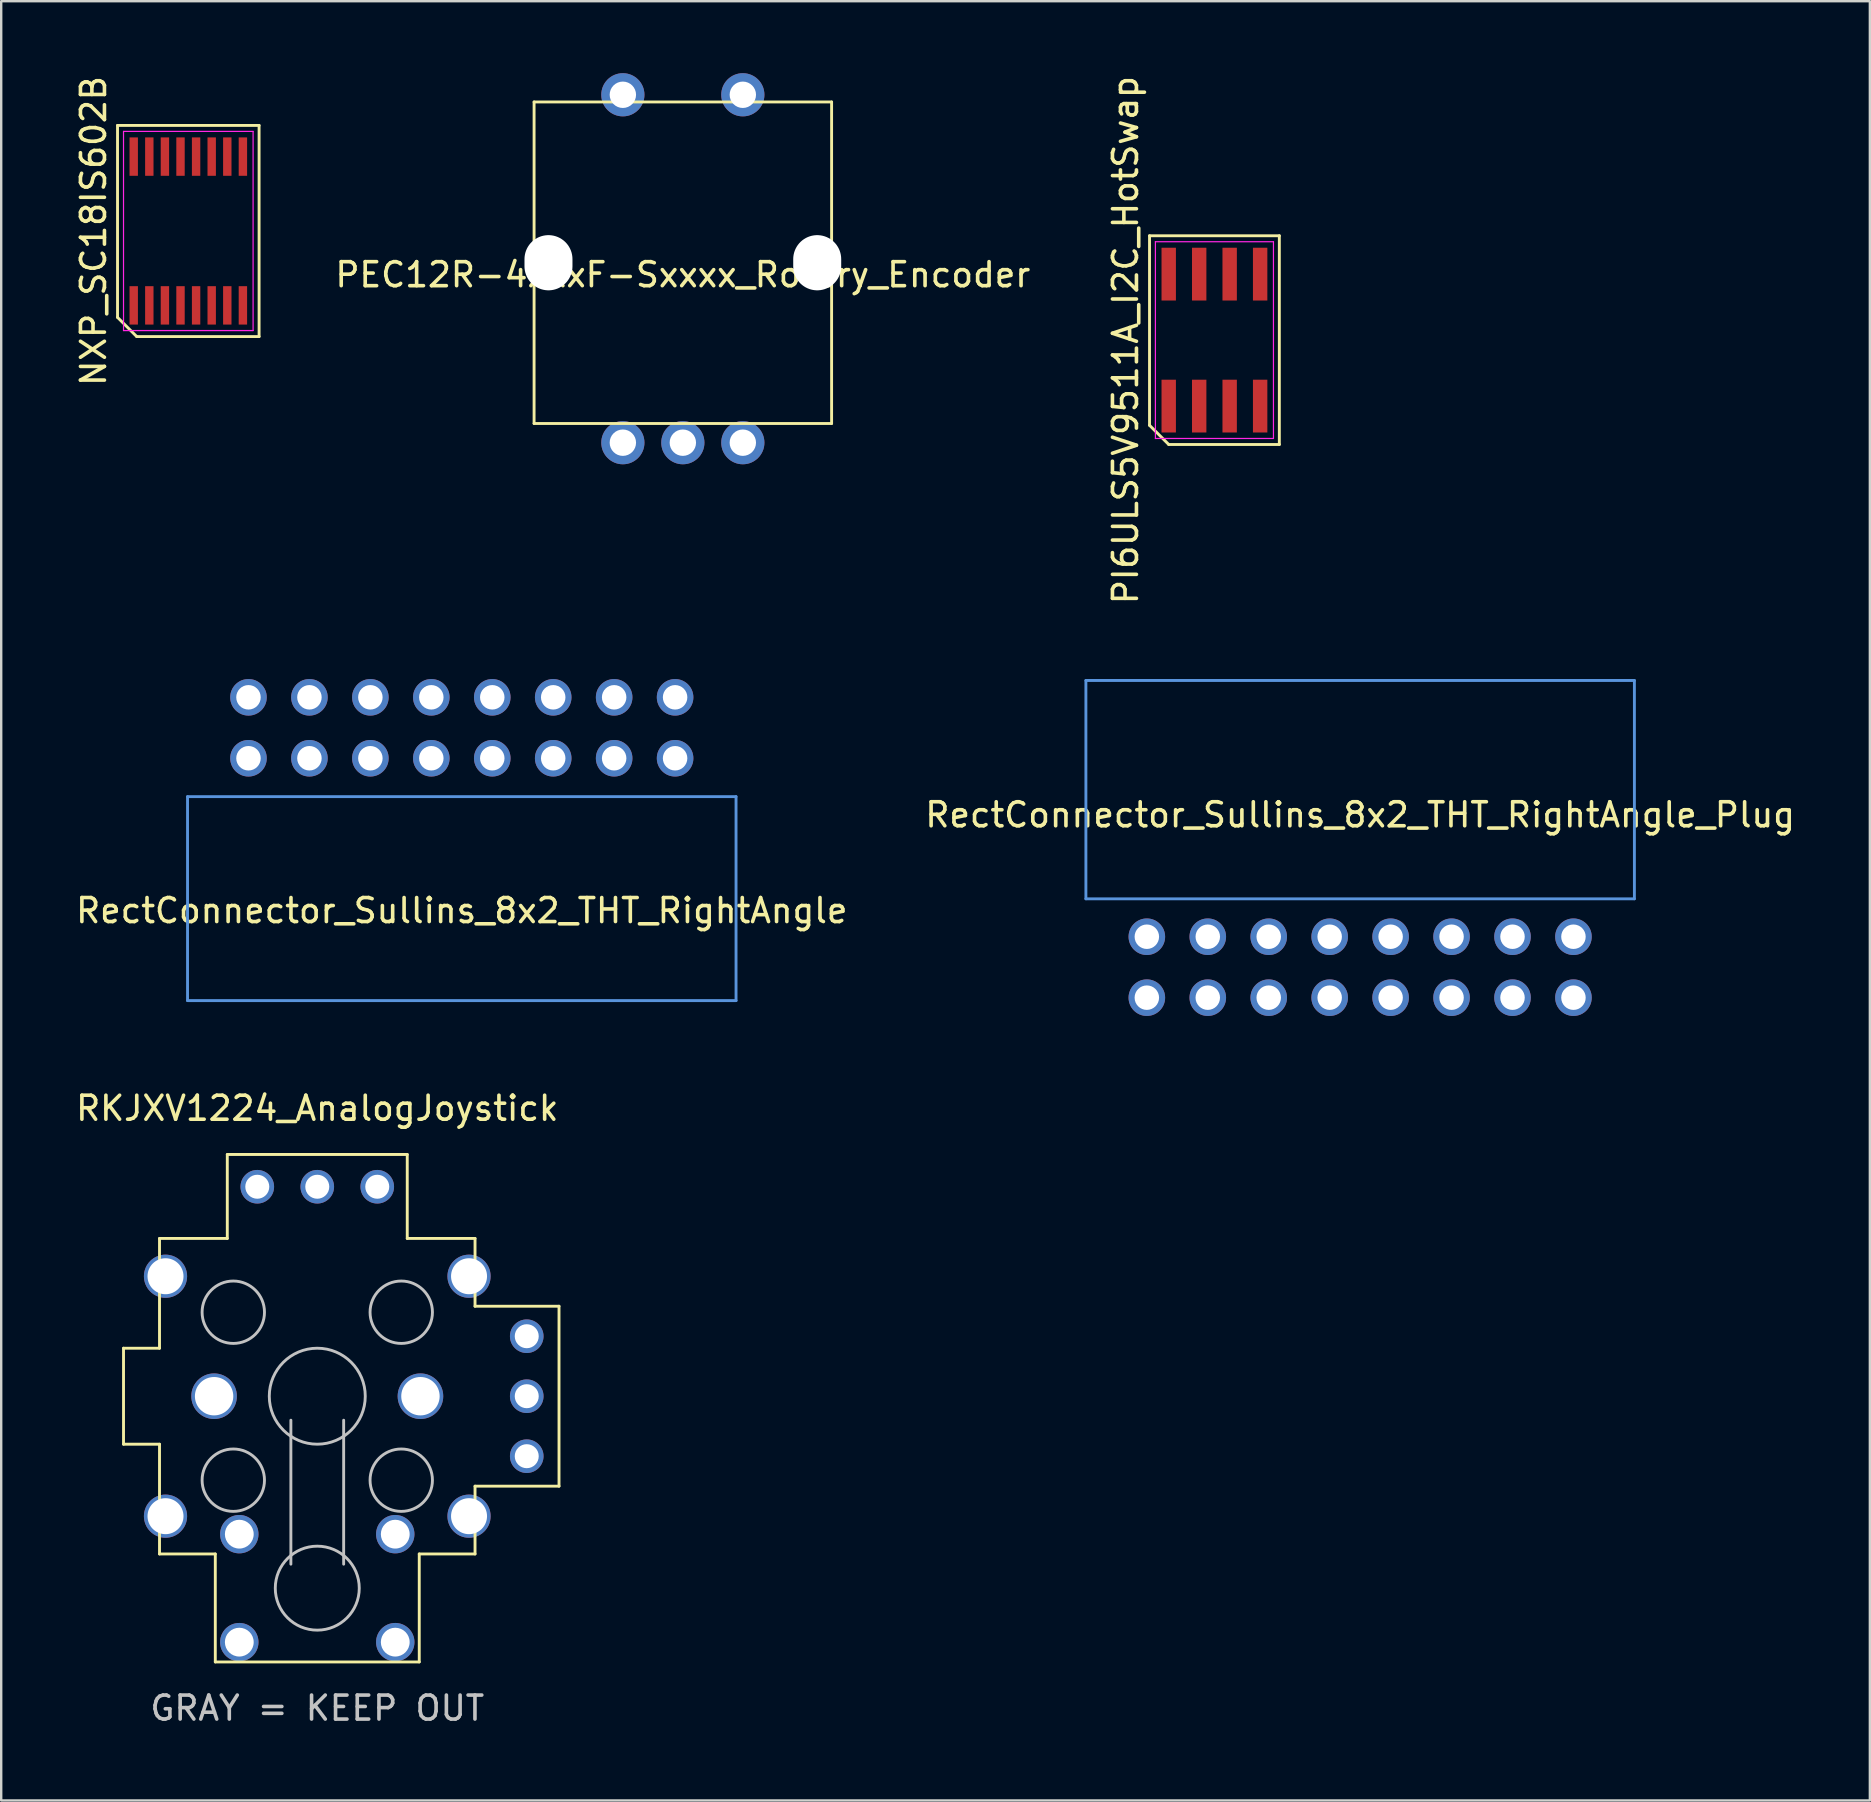
<source format=kicad_pcb>
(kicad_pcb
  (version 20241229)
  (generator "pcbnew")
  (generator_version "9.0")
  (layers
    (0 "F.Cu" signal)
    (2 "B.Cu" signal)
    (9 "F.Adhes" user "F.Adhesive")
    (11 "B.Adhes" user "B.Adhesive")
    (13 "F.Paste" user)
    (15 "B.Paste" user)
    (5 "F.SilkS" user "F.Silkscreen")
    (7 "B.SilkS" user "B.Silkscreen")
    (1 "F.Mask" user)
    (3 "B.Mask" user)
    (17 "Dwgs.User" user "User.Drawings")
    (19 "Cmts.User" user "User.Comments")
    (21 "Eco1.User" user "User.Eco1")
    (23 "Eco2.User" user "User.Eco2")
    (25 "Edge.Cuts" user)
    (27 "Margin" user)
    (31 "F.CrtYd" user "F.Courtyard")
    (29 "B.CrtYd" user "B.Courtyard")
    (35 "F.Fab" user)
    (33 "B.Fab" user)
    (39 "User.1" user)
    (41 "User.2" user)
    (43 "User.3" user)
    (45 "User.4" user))
  (footprint "NXP_SC18IS602B"
    (layer "F.Cu")
    (at 4.798 6.577)
    (property "Reference" "NXP_SC18IS602B" (at -3.95 0 90) (layer "F.SilkS") (effects (font (size 1 1) (thickness 0.15))))
    (attr smd)
    (fp_line (start -2.95 -4.4) (end 2.95 -4.4) (stroke (width 0.12) (type solid)) (layer "F.SilkS"))
    (fp_line (start -2.95 3.6) (end -2.95 -4.4) (stroke (width 0.12) (type solid)) (layer "F.SilkS"))
    (fp_line (start -2.15 4.4) (end -2.95 3.6) (stroke (width 0.12) (type solid)) (layer "F.SilkS"))
    (fp_line (start 2.95 -4.4) (end 2.95 4.4) (stroke (width 0.12) (type solid)) (layer "F.SilkS"))
    (fp_line (start 2.95 4.4) (end -2.15 4.4) (stroke (width 0.12) (type solid)) (layer "F.SilkS"))
    (fp_line (start -2.7 -4.15) (end 2.7 -4.15) (stroke (width 0.05) (type solid)) (layer "F.CrtYd"))
    (fp_line (start -2.7 4.15) (end -2.7 -4.15) (stroke (width 0.05) (type solid)) (layer "F.CrtYd"))
    (fp_line (start 2.7 -4.15) (end 2.7 4.15) (stroke (width 0.05) (type solid)) (layer "F.CrtYd"))
    (fp_line (start 2.7 4.15) (end -2.7 4.15) (stroke (width 0.05) (type solid)) (layer "F.CrtYd"))
    (pad "1" smd rect (at -2.275 3.1) (size 0.35 1.6) (layers "F.Cu" "F.Mask" "F.Paste"))
    (pad "2" smd rect (at -1.625 3.1) (size 0.35 1.6) (layers "F.Cu" "F.Mask" "F.Paste"))
    (pad "3" smd rect (at -0.975 3.1) (size 0.35 1.6) (layers "F.Cu" "F.Mask" "F.Paste"))
    (pad "4" smd rect (at -0.325 3.1) (size 0.35 1.6) (layers "F.Cu" "F.Mask" "F.Paste"))
    (pad "5" smd rect (at 0.325 3.1) (size 0.35 1.6) (layers "F.Cu" "F.Mask" "F.Paste"))
    (pad "6" smd rect (at 0.975 3.1) (size 0.35 1.6) (layers "F.Cu" "F.Mask" "F.Paste"))
    (pad "7" smd rect (at 1.625 3.1) (size 0.35 1.6) (layers "F.Cu" "F.Mask" "F.Paste"))
    (pad "8" smd rect (at 2.275 3.1) (size 0.35 1.6) (layers "F.Cu" "F.Mask" "F.Paste"))
    (pad "9" smd rect (at 2.275 -3.1) (size 0.35 1.6) (layers "F.Cu" "F.Mask" "F.Paste"))
    (pad "10" smd rect (at 1.625 -3.1) (size 0.35 1.6) (layers "F.Cu" "F.Mask" "F.Paste"))
    (pad "11" smd rect (at 0.975 -3.1) (size 0.35 1.6) (layers "F.Cu" "F.Mask" "F.Paste"))
    (pad "12" smd rect (at 0.325 -3.1) (size 0.35 1.6) (layers "F.Cu" "F.Mask" "F.Paste"))
    (pad "13" smd rect (at -0.325 -3.1) (size 0.35 1.6) (layers "F.Cu" "F.Mask" "F.Paste"))
    (pad "14" smd rect (at -0.975 -3.1) (size 0.35 1.6) (layers "F.Cu" "F.Mask" "F.Paste"))
    (pad "15" smd rect (at -1.625 -3.1) (size 0.35 1.6) (layers "F.Cu" "F.Mask" "F.Paste"))
    (pad "16" smd rect (at -2.275 -3.1) (size 0.35 1.6) (layers "F.Cu" "F.Mask" "F.Paste")))
  (footprint "RectConnector_Sullins_8x2_THT_RightAngle_Plug"
    (layer "F.Cu")
    (at 53.637 38.53)
    (property "Reference" "RectConnector_Sullins_8x2_THT_RightAngle_Plug" (at 0 -7.62 180) (layer "F.SilkS") (effects (font (size 1 1) (thickness 0.15))))
    (attr through_hole)
    (fp_line (start -11.43 -13.22) (end 11.43 -13.22) (stroke (width 0.12) (type solid)) (layer "Cmts.User"))
    (fp_line (start -11.43 -4.12) (end -11.43 -13.22) (stroke (width 0.12) (type solid)) (layer "Cmts.User"))
    (fp_line (start -11.43 -4.12) (end 11.43 -4.12) (stroke (width 0.12) (type solid)) (layer "Cmts.User"))
    (fp_line (start 11.43 -4.12) (end 11.43 -13.22) (stroke (width 0.12) (type solid)) (layer "Cmts.User"))
    (pad "1" thru_hole circle (at -8.89 0 180) (size 1.524 1.524) (drill 1.02) (layers "*.Cu" "*.Mask"))
    (pad "2" thru_hole circle (at -6.35 0 180) (size 1.524 1.524) (drill 1.02) (layers "*.Cu" "*.Mask"))
    (pad "3" thru_hole circle (at -3.81 0 180) (size 1.524 1.524) (drill 1.02) (layers "*.Cu" "*.Mask"))
    (pad "4" thru_hole circle (at -1.27 0 180) (size 1.524 1.524) (drill 1.02) (layers "*.Cu" "*.Mask"))
    (pad "5" thru_hole circle (at 1.27 0 180) (size 1.524 1.524) (drill 1.02) (layers "*.Cu" "*.Mask"))
    (pad "6" thru_hole circle (at 3.81 0 180) (size 1.524 1.524) (drill 1.02) (layers "*.Cu" "*.Mask"))
    (pad "7" thru_hole circle (at 6.35 0 180) (size 1.524 1.524) (drill 1.02) (layers "*.Cu" "*.Mask"))
    (pad "8" thru_hole circle (at 8.89 0 180) (size 1.524 1.524) (drill 1.02) (layers "*.Cu" "*.Mask"))
    (pad "9" thru_hole circle (at 8.89 -2.54 180) (size 1.524 1.524) (drill 1.02) (layers "*.Cu" "*.Mask"))
    (pad "10" thru_hole circle (at 6.35 -2.54 180) (size 1.524 1.524) (drill 1.02) (layers "*.Cu" "*.Mask"))
    (pad "11" thru_hole circle (at 3.81 -2.54 180) (size 1.524 1.524) (drill 1.02) (layers "*.Cu" "*.Mask"))
    (pad "12" thru_hole circle (at 1.27 -2.54 180) (size 1.524 1.524) (drill 1.02) (layers "*.Cu" "*.Mask"))
    (pad "13" thru_hole circle (at -1.27 -2.54 180) (size 1.524 1.524) (drill 1.02) (layers "*.Cu" "*.Mask"))
    (pad "14" thru_hole circle (at -3.81 -2.54 180) (size 1.524 1.524) (drill 1.02) (layers "*.Cu" "*.Mask"))
    (pad "15" thru_hole circle (at -6.35 -2.54 180) (size 1.524 1.524) (drill 1.02) (layers "*.Cu" "*.Mask"))
    (pad "16" thru_hole circle (at -8.89 -2.54 180) (size 1.524 1.524) (drill 1.02) (layers "*.Cu" "*.Mask")))
  (footprint "PI6ULS5V9511A_I2C_HotSwap"
    (layer "F.Cu")
    (at 47.564 11.125)
    (property "Reference" "PI6ULS5V9511A_I2C_HotSwap" (at -3.705 0 90) (layer "F.SilkS") (effects (font (size 1 1) (thickness 0.15))))
    (attr smd)
    (fp_line (start -2.705 -4.35) (end 2.705 -4.35) (stroke (width 0.12) (type solid)) (layer "F.SilkS"))
    (fp_line (start -2.705 3.55) (end -2.705 -4.35) (stroke (width 0.12) (type solid)) (layer "F.SilkS"))
    (fp_line (start -1.905 4.35) (end -2.705 3.55) (stroke (width 0.12) (type solid)) (layer "F.SilkS"))
    (fp_line (start 2.705 -4.35) (end 2.705 4.35) (stroke (width 0.12) (type solid)) (layer "F.SilkS"))
    (fp_line (start 2.705 4.35) (end -1.905 4.35) (stroke (width 0.12) (type solid)) (layer "F.SilkS"))
    (fp_line (start -2.46 -4.1) (end 2.46 -4.1) (stroke (width 0.05) (type solid)) (layer "F.CrtYd"))
    (fp_line (start -2.46 4.1) (end -2.46 -4.1) (stroke (width 0.05) (type solid)) (layer "F.CrtYd"))
    (fp_line (start 2.46 -4.1) (end 2.46 4.1) (stroke (width 0.05) (type solid)) (layer "F.CrtYd"))
    (fp_line (start 2.46 4.1) (end -2.46 4.1) (stroke (width 0.05) (type solid)) (layer "F.CrtYd"))
    (pad "1" smd rect (at -1.905 2.75) (size 0.6 2.2) (layers "F.Cu" "F.Mask" "F.Paste"))
    (pad "2" smd rect (at -0.635 2.75) (size 0.6 2.2) (layers "F.Cu" "F.Mask" "F.Paste"))
    (pad "3" smd rect (at 0.635 2.75) (size 0.6 2.2) (layers "F.Cu" "F.Mask" "F.Paste"))
    (pad "4" smd rect (at 1.905 2.75) (size 0.6 2.2) (layers "F.Cu" "F.Mask" "F.Paste"))
    (pad "5" smd rect (at 1.905 -2.75) (size 0.6 2.2) (layers "F.Cu" "F.Mask" "F.Paste"))
    (pad "6" smd rect (at 0.635 -2.75) (size 0.6 2.2) (layers "F.Cu" "F.Mask" "F.Paste"))
    (pad "7" smd rect (at -0.635 -2.75) (size 0.6 2.2) (layers "F.Cu" "F.Mask" "F.Paste"))
    (pad "8" smd rect (at -1.905 -2.75) (size 0.6 2.2) (layers "F.Cu" "F.Mask" "F.Paste")))
  (footprint "RectConnector_Sullins_8x2_THT_RightAngle"
    (layer "F.Cu")
    (at 16.196 26.012)
    (property "Reference" "RectConnector_Sullins_8x2_THT_RightAngle" (at 0 8.89 0) (layer "F.SilkS") (effects (font (size 1 1) (thickness 0.15))))
    (attr through_hole)
    (fp_line (start -11.43 4.14) (end -11.43 12.64) (stroke (width 0.12) (type solid)) (layer "Cmts.User"))
    (fp_line (start 11.43 4.14) (end -11.43 4.14) (stroke (width 0.12) (type solid)) (layer "Cmts.User"))
    (fp_line (start 11.43 4.14) (end 11.43 12.64) (stroke (width 0.12) (type solid)) (layer "Cmts.User"))
    (fp_line (start 11.43 12.64) (end -11.43 12.64) (stroke (width 0.12) (type solid)) (layer "Cmts.User"))
    (pad "1" thru_hole circle (at -8.89 0) (size 1.524 1.524) (drill 1.02) (layers "*.Cu" "*.Mask"))
    (pad "2" thru_hole circle (at -6.35 0) (size 1.524 1.524) (drill 1.02) (layers "*.Cu" "*.Mask"))
    (pad "3" thru_hole circle (at -3.81 0) (size 1.524 1.524) (drill 1.02) (layers "*.Cu" "*.Mask"))
    (pad "4" thru_hole circle (at -1.27 0) (size 1.524 1.524) (drill 1.02) (layers "*.Cu" "*.Mask"))
    (pad "5" thru_hole circle (at 1.27 0) (size 1.524 1.524) (drill 1.02) (layers "*.Cu" "*.Mask"))
    (pad "6" thru_hole circle (at 3.81 0) (size 1.524 1.524) (drill 1.02) (layers "*.Cu" "*.Mask"))
    (pad "7" thru_hole circle (at 6.35 0) (size 1.524 1.524) (drill 1.02) (layers "*.Cu" "*.Mask"))
    (pad "8" thru_hole circle (at 8.89 0) (size 1.524 1.524) (drill 1.02) (layers "*.Cu" "*.Mask"))
    (pad "9" thru_hole circle (at 8.89 2.54) (size 1.524 1.524) (drill 1.02) (layers "*.Cu" "*.Mask"))
    (pad "10" thru_hole circle (at 6.35 2.54) (size 1.524 1.524) (drill 1.02) (layers "*.Cu" "*.Mask"))
    (pad "11" thru_hole circle (at 3.81 2.54) (size 1.524 1.524) (drill 1.02) (layers "*.Cu" "*.Mask"))
    (pad "12" thru_hole circle (at 1.27 2.54) (size 1.524 1.524) (drill 1.02) (layers "*.Cu" "*.Mask"))
    (pad "13" thru_hole circle (at -1.27 2.54) (size 1.524 1.524) (drill 1.02) (layers "*.Cu" "*.Mask"))
    (pad "14" thru_hole circle (at -3.81 2.54) (size 1.524 1.524) (drill 1.02) (layers "*.Cu" "*.Mask"))
    (pad "15" thru_hole circle (at -6.35 2.54) (size 1.524 1.524) (drill 1.02) (layers "*.Cu" "*.Mask"))
    (pad "16" thru_hole circle (at -8.89 2.54) (size 1.524 1.524) (drill 1.02) (layers "*.Cu" "*.Mask")))
  (footprint "PEC12R-4xxxF-Sxxxx_Rotary_Encoder"
    (layer "F.Cu")
    (at 25.409 7.9)
    (property "Reference" "PEC12R-4xxxF-Sxxxx_Rotary_Encoder" (at 0 0.5 0) (layer "F.SilkS") (effects (font (size 1 1) (thickness 0.15))))
    (attr through_hole)
    (fp_line (start -6.2 -6.7) (end -6.2 6.7) (stroke (width 0.12) (type solid)) (layer "F.SilkS"))
    (fp_line (start -6.2 -6.7) (end 6.2 -6.7) (stroke (width 0.12) (type solid)) (layer "F.SilkS"))
    (fp_line (start -6.2 6.7) (end 6.2 6.7) (stroke (width 0.12) (type solid)) (layer "F.SilkS"))
    (fp_line (start 6.2 -6.7) (end 6.2 6.7) (stroke (width 0.12) (type solid)) (layer "F.SilkS"))
    (pad "" np_thru_hole oval (at -5.6 0) (size 2 2.3) (drill oval 2 2.3) (layers "*.Cu" "*.Mask"))
    (pad "" np_thru_hole oval (at 5.6 0) (size 2 2.3) (drill oval 2 2.3) (layers "*.Cu" "*.Mask"))
    (pad "1" thru_hole circle (at -2.5 -7) (size 1.8 1.8) (drill 1.1) (layers "*.Cu" "*.Mask"))
    (pad "2" thru_hole circle (at 2.5 -7) (size 1.8 1.8) (drill 1.1) (layers "*.Cu" "*.Mask"))
    (pad "A" thru_hole circle (at -2.5 7.5) (size 1.8 1.8) (drill 1.1) (layers "*.Cu" "*.Mask"))
    (pad "B" thru_hole circle (at 2.5 7.5) (size 1.8 1.8) (drill 1.1) (layers "*.Cu" "*.Mask"))
    (pad "C" thru_hole circle (at 0 7.5) (size 1.8 1.8) (drill 1.1) (layers "*.Cu" "*.Mask")))
  (footprint "RKJXV1224_AnalogJoystick"
    (layer "F.Cu")
    (at 10.173 55.14)
    (property "Reference" "RKJXV1224_AnalogJoystick" (at 0 -12 0) (layer "F.SilkS") (effects (font (size 1 1) (thickness 0.15))))
    (attr through_hole)
    (fp_line (start -8.075 -2) (end -8.075 2) (stroke (width 0.12) (type solid)) (layer "F.SilkS"))
    (fp_line (start -6.575 -6.575) (end -6.575 -2) (stroke (width 0.12) (type solid)) (layer "F.SilkS"))
    (fp_line (start -6.575 -2) (end -8.075 -2) (stroke (width 0.12) (type solid)) (layer "F.SilkS"))
    (fp_line (start -6.575 2) (end -8.075 2) (stroke (width 0.12) (type solid)) (layer "F.SilkS"))
    (fp_line (start -6.575 2) (end -6.575 6.575) (stroke (width 0.12) (type solid)) (layer "F.SilkS"))
    (fp_line (start -6.575 6.575) (end -4.25 6.575) (stroke (width 0.12) (type solid)) (layer "F.SilkS"))
    (fp_line (start -4.25 6.575) (end -4.25 11.075) (stroke (width 0.12) (type solid)) (layer "F.SilkS"))
    (fp_line (start -3.75 -10.075) (end 3.75 -10.075) (stroke (width 0.12) (type solid)) (layer "F.SilkS"))
    (fp_line (start -3.75 -6.575) (end -6.575 -6.575) (stroke (width 0.12) (type solid)) (layer "F.SilkS"))
    (fp_line (start -3.75 -6.575) (end -3.75 -10.075) (stroke (width 0.12) (type solid)) (layer "F.SilkS"))
    (fp_line (start 3.75 -6.575) (end 3.75 -10.075) (stroke (width 0.12) (type solid)) (layer "F.SilkS"))
    (fp_line (start 4.25 6.575) (end 4.25 11.075) (stroke (width 0.12) (type solid)) (layer "F.SilkS"))
    (fp_line (start 4.25 6.575) (end 6.575 6.575) (stroke (width 0.12) (type solid)) (layer "F.SilkS"))
    (fp_line (start 4.25 11.075) (end -4.25 11.075) (stroke (width 0.12) (type solid)) (layer "F.SilkS"))
    (fp_line (start 6.575 -6.575) (end 3.75 -6.575) (stroke (width 0.12) (type solid)) (layer "F.SilkS"))
    (fp_line (start 6.575 -6.575) (end 6.575 -3.75) (stroke (width 0.12) (type solid)) (layer "F.SilkS"))
    (fp_line (start 6.575 -3.75) (end 10.075 -3.75) (stroke (width 0.12) (type solid)) (layer "F.SilkS"))
    (fp_line (start 6.575 3.75) (end 6.575 6.575) (stroke (width 0.12) (type solid)) (layer "F.SilkS"))
    (fp_line (start 6.575 3.75) (end 10.075 3.75) (stroke (width 0.12) (type solid)) (layer "F.SilkS"))
    (fp_line (start 10.075 -3.75) (end 10.075 3.75) (stroke (width 0.12) (type solid)) (layer "F.SilkS"))
    (fp_line (start -1.1 7) (end -1.1 1) (stroke (width 0.12) (type solid)) (layer "Dwgs.User"))
    (fp_line (start 1.1 1) (end 1.1 7) (stroke (width 0.12) (type solid)) (layer "Dwgs.User"))
    (fp_circle (center -3.5 -3.5) (end -2.2 -3.5) (stroke (width 0.12) (type solid)) (fill no) (layer "Dwgs.User"))
    (fp_circle (center -3.5 3.5) (end -2.2 3.5) (stroke (width 0.12) (type solid)) (fill no) (layer "Dwgs.User"))
    (fp_circle (center 0 0) (end 2 0) (stroke (width 0.12) (type solid)) (fill no) (layer "Dwgs.User"))
    (fp_circle (center 0 8) (end 1.75 8) (stroke (width 0.12) (type solid)) (fill no) (layer "Dwgs.User"))
    (fp_circle (center 3.5 -3.5) (end 4.8 -3.5) (stroke (width 0.12) (type solid)) (fill no) (layer "Dwgs.User"))
    (fp_circle (center 3.5 3.5) (end 4.8 3.5) (stroke (width 0.12) (type solid)) (fill no) (layer "Dwgs.User"))
    (fp_text user "GRAY = KEEP OUT" (at 0 13 0) (layer "Dwgs.User") (effects (font (size 1 1) (thickness 0.15))))
    (pad "" np_thru_hole circle (at -6.325 -5) (size 1.8 1.8) (drill 1.5) (layers "*.Cu" "*.Mask"))
    (pad "" np_thru_hole circle (at -6.325 5) (size 1.8 1.8) (drill 1.5) (layers "*.Cu" "*.Mask"))
    (pad "" np_thru_hole circle (at -4.3 0) (size 1.9 1.9) (drill 1.6) (layers "*.Cu" "*.Mask"))
    (pad "" np_thru_hole circle (at 4.3 0) (size 1.9 1.9) (drill 1.6) (layers "*.Cu" "*.Mask"))
    (pad "" np_thru_hole circle (at 6.325 -5) (size 1.8 1.8) (drill 1.5) (layers "*.Cu" "*.Mask"))
    (pad "" np_thru_hole circle (at 6.325 5) (size 1.8 1.8) (drill 1.5) (layers "*.Cu" "*.Mask"))
    (pad "A" thru_hole circle (at -3.25 5.75 90) (size 1.6 1.6) (drill 1.2) (layers "*.Cu" "*.Mask"))
    (pad "A" thru_hole circle (at 3.25 5.75 90) (size 1.6 1.6) (drill 1.2) (layers "*.Cu" "*.Mask"))
    (pad "B" thru_hole circle (at -3.25 10.25 90) (size 1.6 1.6) (drill 1.2) (layers "*.Cu" "*.Mask"))
    (pad "B" thru_hole circle (at 3.25 10.25 90) (size 1.6 1.6) (drill 1.2) (layers "*.Cu" "*.Mask"))
    (pad "X1" thru_hole circle (at 2.5 -8.73 90) (size 1.4 1.4) (drill 1) (layers "*.Cu" "*.Mask"))
    (pad "X2" thru_hole circle (at 0 -8.73 90) (size 1.4 1.4) (drill 1) (layers "*.Cu" "*.Mask"))
    (pad "X3" thru_hole circle (at -2.5 -8.73 90) (size 1.4 1.4) (drill 1) (layers "*.Cu" "*.Mask"))
    (pad "Y1" thru_hole circle (at 8.73 2.5) (size 1.4 1.4) (drill 1) (layers "*.Cu" "*.Mask"))
    (pad "Y2" thru_hole circle (at 8.73 0) (size 1.4 1.4) (drill 1) (layers "*.Cu" "*.Mask"))
    (pad "Y3" thru_hole circle (at 8.73 -2.5) (size 1.4 1.4) (drill 1) (layers "*.Cu" "*.Mask")))
  (gr_rect
    (start -3 -3)
    (end 74.881 71.989)
    (stroke (width 0.1) (type default))
    (fill no)
    (layer "Edge.Cuts")))
</source>
